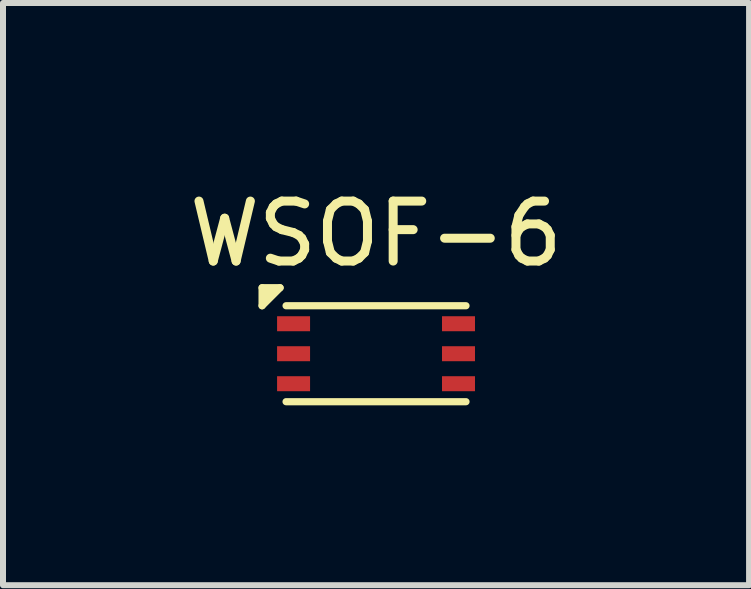
<source format=kicad_pcb>
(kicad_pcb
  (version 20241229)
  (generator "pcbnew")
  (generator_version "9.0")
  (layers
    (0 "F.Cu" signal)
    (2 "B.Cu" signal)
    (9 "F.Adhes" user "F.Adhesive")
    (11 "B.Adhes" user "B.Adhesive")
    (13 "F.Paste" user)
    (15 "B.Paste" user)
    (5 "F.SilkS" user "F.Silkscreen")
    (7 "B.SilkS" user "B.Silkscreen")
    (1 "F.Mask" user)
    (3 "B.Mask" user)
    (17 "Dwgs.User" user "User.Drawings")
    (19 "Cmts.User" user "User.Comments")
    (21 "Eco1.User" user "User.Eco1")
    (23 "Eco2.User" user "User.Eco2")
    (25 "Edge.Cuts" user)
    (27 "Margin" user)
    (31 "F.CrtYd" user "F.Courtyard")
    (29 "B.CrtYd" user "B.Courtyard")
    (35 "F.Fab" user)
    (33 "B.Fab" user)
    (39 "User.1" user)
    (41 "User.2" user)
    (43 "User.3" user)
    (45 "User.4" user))
  (footprint "WSOF-6"
    (layer "F.Cu")
    (at 3.22 2.848)
    (property "Reference" "WSOF-6" (at 0 -2 0) (layer "F.SilkS") (effects (font (size 1 1) (thickness 0.15))))
    (attr through_hole)
    (fp_line (start -1.9 -1.1) (end -1.6 -1.1) (stroke (width 0.12) (type solid)) (layer "F.SilkS"))
    (fp_line (start -1.9 -0.8) (end -1.9 -1.1) (stroke (width 0.12) (type solid)) (layer "F.SilkS"))
    (fp_line (start -1.6 -1.1) (end -1.9 -0.8) (stroke (width 0.12) (type solid)) (layer "F.SilkS"))
    (fp_line (start -1.5 -0.8) (end 1.5 -0.8) (stroke (width 0.12) (type solid)) (layer "F.SilkS"))
    (fp_line (start 1.5 0.8) (end -1.5 0.8) (stroke (width 0.12) (type solid)) (layer "F.SilkS"))
    (fp_poly (pts (xy -1.9 -0.8) (xy -1.9 -1.1) (xy -1.6 -1.1)) (stroke (width 0.1) (type solid)) (fill yes) (layer "F.SilkS"))
    (pad "1" smd rect (at -1.375 -0.5) (size 0.55 0.25) (layers "F.Cu" "F.Mask" "F.Paste"))
    (pad "2" smd rect (at -1.375 0) (size 0.55 0.25) (layers "F.Cu" "F.Mask" "F.Paste"))
    (pad "3" smd rect (at -1.375 0.5) (size 0.55 0.25) (layers "F.Cu" "F.Mask" "F.Paste"))
    (pad "4" smd rect (at 1.375 0.5) (size 0.55 0.25) (layers "F.Cu" "F.Mask" "F.Paste"))
    (pad "5" smd rect (at 1.375 0) (size 0.55 0.25) (layers "F.Cu" "F.Mask" "F.Paste"))
    (pad "6" smd rect (at 1.375 -0.5) (size 0.55 0.25) (layers "F.Cu" "F.Mask" "F.Paste")))
  (gr_rect
    (start -3 -3)
    (end 9.44 6.708)
    (stroke (width 0.1) (type default))
    (fill no)
    (layer "Edge.Cuts")))
</source>
